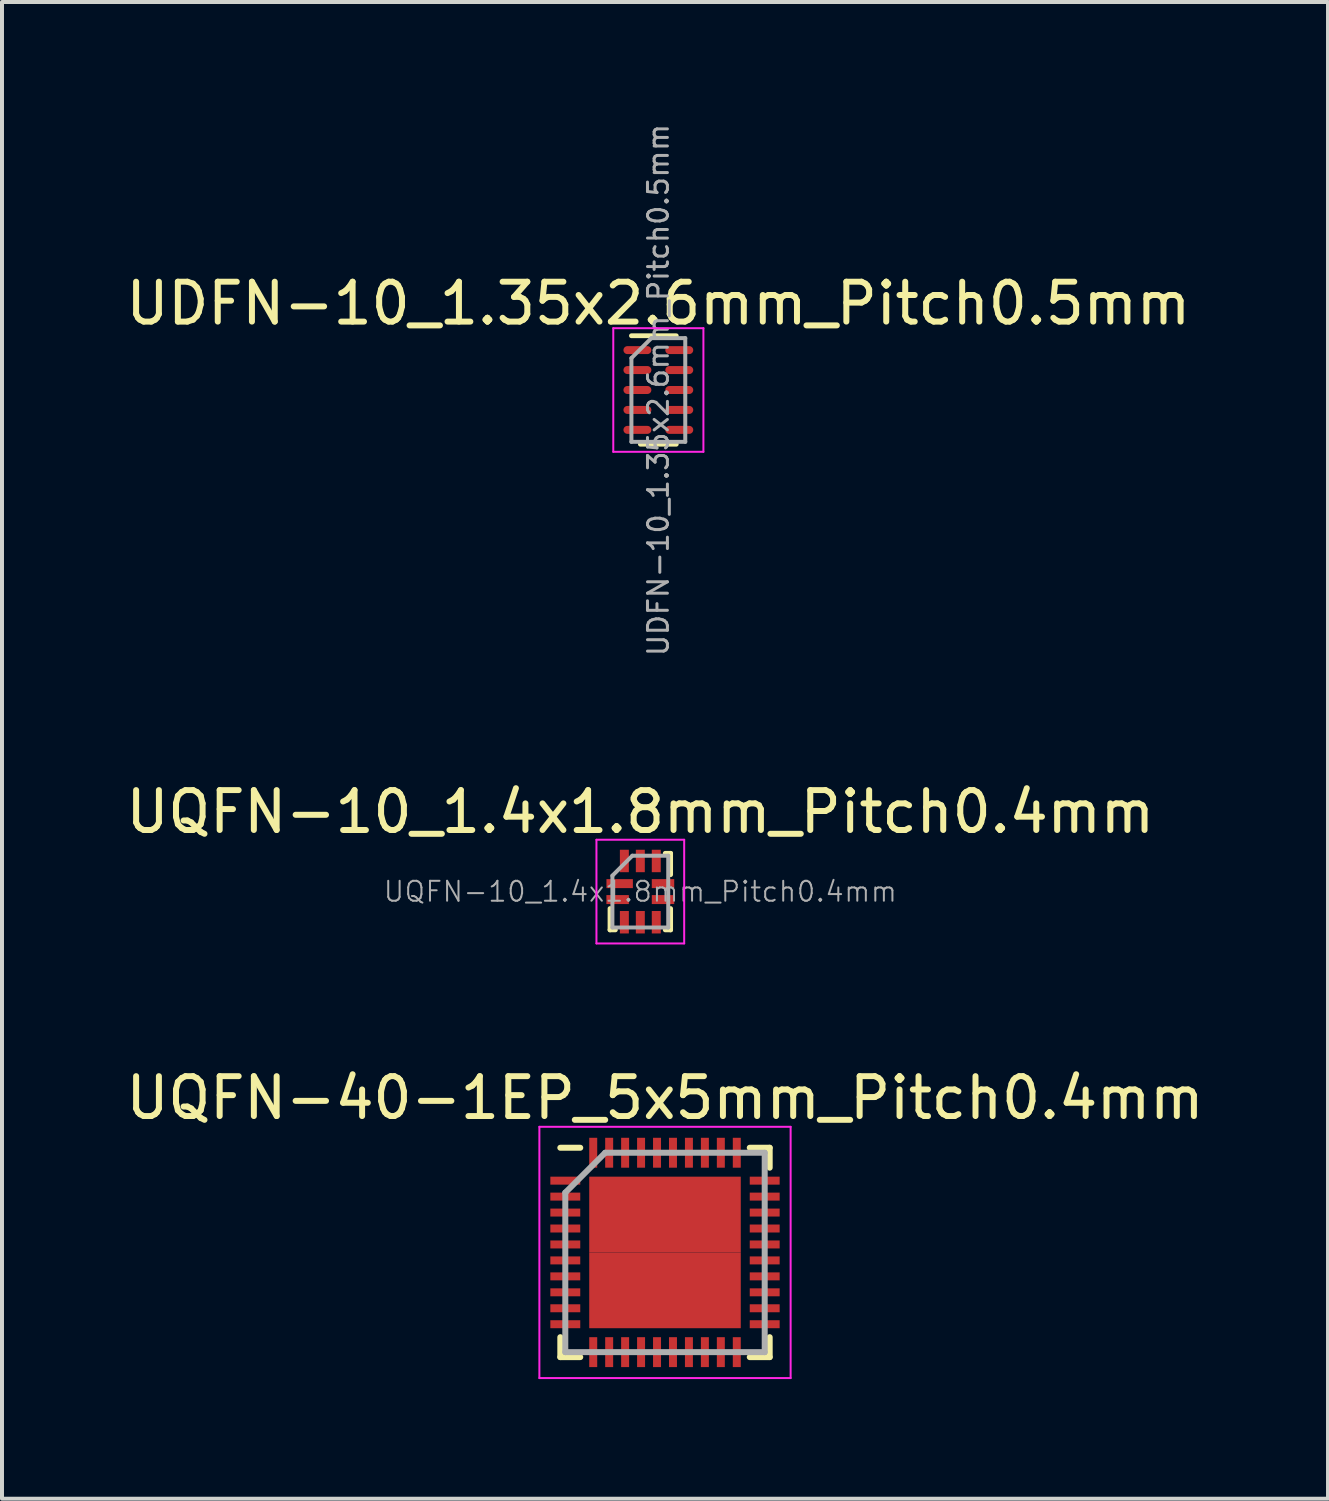
<source format=kicad_pcb>
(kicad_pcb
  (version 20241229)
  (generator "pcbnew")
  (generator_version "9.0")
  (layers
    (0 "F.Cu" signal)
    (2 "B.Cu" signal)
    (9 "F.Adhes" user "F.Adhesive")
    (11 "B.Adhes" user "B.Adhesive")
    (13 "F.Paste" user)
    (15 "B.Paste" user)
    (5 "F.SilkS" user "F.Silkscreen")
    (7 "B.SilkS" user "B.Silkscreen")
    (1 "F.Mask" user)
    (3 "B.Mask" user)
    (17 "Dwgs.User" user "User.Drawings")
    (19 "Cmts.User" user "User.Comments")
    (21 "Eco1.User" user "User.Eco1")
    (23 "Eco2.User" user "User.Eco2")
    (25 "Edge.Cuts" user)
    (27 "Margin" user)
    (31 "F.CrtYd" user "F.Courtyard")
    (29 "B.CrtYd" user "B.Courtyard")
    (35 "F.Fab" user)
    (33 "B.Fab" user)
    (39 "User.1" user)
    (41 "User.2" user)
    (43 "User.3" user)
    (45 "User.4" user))
  (footprint "UQFN-40-1EP_5x5mm_Pitch0.4mm"
    (layer "F.Cu")
    (at 13.625 28.355)
    (property "Reference" "UQFN-40-1EP_5x5mm_Pitch0.4mm" (at 0 -3.875 0) (layer "F.SilkS") (effects (font (size 1 1) (thickness 0.15))))
    (attr smd)
    (fp_line (start -2.625 -2.625) (end -2.125 -2.625) (stroke (width 0.15) (type solid)) (layer "F.SilkS"))
    (fp_line (start -2.625 2.625) (end -2.625 2.125) (stroke (width 0.15) (type solid)) (layer "F.SilkS"))
    (fp_line (start -2.625 2.625) (end -2.125 2.625) (stroke (width 0.15) (type solid)) (layer "F.SilkS"))
    (fp_line (start 2.625 -2.625) (end 2.125 -2.625) (stroke (width 0.15) (type solid)) (layer "F.SilkS"))
    (fp_line (start 2.625 -2.625) (end 2.625 -2.125) (stroke (width 0.15) (type solid)) (layer "F.SilkS"))
    (fp_line (start 2.625 2.625) (end 2.125 2.625) (stroke (width 0.15) (type solid)) (layer "F.SilkS"))
    (fp_line (start 2.625 2.625) (end 2.625 2.125) (stroke (width 0.15) (type solid)) (layer "F.SilkS"))
    (fp_line (start -3.15 -3.15) (end -3.15 3.15) (stroke (width 0.05) (type solid)) (layer "F.CrtYd"))
    (fp_line (start -3.15 -3.15) (end 3.15 -3.15) (stroke (width 0.05) (type solid)) (layer "F.CrtYd"))
    (fp_line (start -3.15 3.15) (end 3.15 3.15) (stroke (width 0.05) (type solid)) (layer "F.CrtYd"))
    (fp_line (start 3.15 -3.15) (end 3.15 3.15) (stroke (width 0.05) (type solid)) (layer "F.CrtYd"))
    (fp_line (start -2.5 -1.5) (end -1.5 -2.5) (stroke (width 0.15) (type solid)) (layer "F.Fab"))
    (fp_line (start -2.5 2.5) (end -2.5 -1.5) (stroke (width 0.15) (type solid)) (layer "F.Fab"))
    (fp_line (start -1.5 -2.5) (end 2.5 -2.5) (stroke (width 0.15) (type solid)) (layer "F.Fab"))
    (fp_line (start 2.5 -2.5) (end 2.5 2.5) (stroke (width 0.15) (type solid)) (layer "F.Fab"))
    (fp_line (start 2.5 2.5) (end -2.5 2.5) (stroke (width 0.15) (type solid)) (layer "F.Fab"))
    (pad "1" smd rect (at -2.5 -1.8) (size 0.75 0.2) (layers "F.Cu" "F.Mask" "F.Paste"))
    (pad "2" smd rect (at -2.5 -1.4) (size 0.75 0.2) (layers "F.Cu" "F.Mask" "F.Paste"))
    (pad "3" smd rect (at -2.5 -1) (size 0.75 0.2) (layers "F.Cu" "F.Mask" "F.Paste"))
    (pad "4" smd rect (at -2.5 -0.6) (size 0.75 0.2) (layers "F.Cu" "F.Mask" "F.Paste"))
    (pad "5" smd rect (at -2.5 -0.2) (size 0.75 0.2) (layers "F.Cu" "F.Mask" "F.Paste"))
    (pad "6" smd rect (at -2.5 0.2) (size 0.75 0.2) (layers "F.Cu" "F.Mask" "F.Paste"))
    (pad "7" smd rect (at -2.5 0.6) (size 0.75 0.2) (layers "F.Cu" "F.Mask" "F.Paste"))
    (pad "8" smd rect (at -2.5 1) (size 0.75 0.2) (layers "F.Cu" "F.Mask" "F.Paste"))
    (pad "9" smd rect (at -2.5 1.4) (size 0.75 0.2) (layers "F.Cu" "F.Mask" "F.Paste"))
    (pad "10" smd rect (at -2.5 1.8) (size 0.75 0.2) (layers "F.Cu" "F.Mask" "F.Paste"))
    (pad "11" smd rect (at -1.8 2.5 90) (size 0.75 0.2) (layers "F.Cu" "F.Mask" "F.Paste"))
    (pad "12" smd rect (at -1.4 2.5 90) (size 0.75 0.2) (layers "F.Cu" "F.Mask" "F.Paste"))
    (pad "13" smd rect (at -1 2.5 90) (size 0.75 0.2) (layers "F.Cu" "F.Mask" "F.Paste"))
    (pad "14" smd rect (at -0.6 2.5 90) (size 0.75 0.2) (layers "F.Cu" "F.Mask" "F.Paste"))
    (pad "15" smd rect (at -0.2 2.5 90) (size 0.75 0.2) (layers "F.Cu" "F.Mask" "F.Paste"))
    (pad "16" smd rect (at 0.2 2.5 90) (size 0.75 0.2) (layers "F.Cu" "F.Mask" "F.Paste"))
    (pad "17" smd rect (at 0.6 2.5 90) (size 0.75 0.2) (layers "F.Cu" "F.Mask" "F.Paste"))
    (pad "18" smd rect (at 1 2.5 90) (size 0.75 0.2) (layers "F.Cu" "F.Mask" "F.Paste"))
    (pad "19" smd rect (at 1.4 2.5 90) (size 0.75 0.2) (layers "F.Cu" "F.Mask" "F.Paste"))
    (pad "20" smd rect (at 1.8 2.5 90) (size 0.75 0.2) (layers "F.Cu" "F.Mask" "F.Paste"))
    (pad "21" smd rect (at 2.5 1.8) (size 0.75 0.2) (layers "F.Cu" "F.Mask" "F.Paste"))
    (pad "22" smd rect (at 2.5 1.4) (size 0.75 0.2) (layers "F.Cu" "F.Mask" "F.Paste"))
    (pad "23" smd rect (at 2.5 1) (size 0.75 0.2) (layers "F.Cu" "F.Mask" "F.Paste"))
    (pad "24" smd rect (at 2.5 0.6) (size 0.75 0.2) (layers "F.Cu" "F.Mask" "F.Paste"))
    (pad "25" smd rect (at 2.5 0.2) (size 0.75 0.2) (layers "F.Cu" "F.Mask" "F.Paste"))
    (pad "26" smd rect (at 2.5 -0.2) (size 0.75 0.2) (layers "F.Cu" "F.Mask" "F.Paste"))
    (pad "27" smd rect (at 2.5 -0.6) (size 0.75 0.2) (layers "F.Cu" "F.Mask" "F.Paste"))
    (pad "28" smd rect (at 2.5 -1) (size 0.75 0.2) (layers "F.Cu" "F.Mask" "F.Paste"))
    (pad "29" smd rect (at 2.5 -1.4) (size 0.75 0.2) (layers "F.Cu" "F.Mask" "F.Paste"))
    (pad "30" smd rect (at 2.5 -1.8) (size 0.75 0.2) (layers "F.Cu" "F.Mask" "F.Paste"))
    (pad "31" smd rect (at 1.8 -2.5 90) (size 0.75 0.2) (layers "F.Cu" "F.Mask" "F.Paste"))
    (pad "32" smd rect (at 1.4 -2.5 90) (size 0.75 0.2) (layers "F.Cu" "F.Mask" "F.Paste"))
    (pad "33" smd rect (at 1 -2.5 90) (size 0.75 0.2) (layers "F.Cu" "F.Mask" "F.Paste"))
    (pad "34" smd rect (at 0.6 -2.5 90) (size 0.75 0.2) (layers "F.Cu" "F.Mask" "F.Paste"))
    (pad "35" smd rect (at 0.2 -2.5 90) (size 0.75 0.2) (layers "F.Cu" "F.Mask" "F.Paste"))
    (pad "36" smd rect (at -0.2 -2.5 90) (size 0.75 0.2) (layers "F.Cu" "F.Mask" "F.Paste"))
    (pad "37" smd rect (at -0.6 -2.5 90) (size 0.75 0.2) (layers "F.Cu" "F.Mask" "F.Paste"))
    (pad "38" smd rect (at -1 -2.5 90) (size 0.75 0.2) (layers "F.Cu" "F.Mask" "F.Paste"))
    (pad "39" smd rect (at -1.4 -2.5 90) (size 0.75 0.2) (layers "F.Cu" "F.Mask" "F.Paste"))
    (pad "40" smd rect (at -1.8 -2.5 90) (size 0.75 0.2) (layers "F.Cu" "F.Mask" "F.Paste"))
    (pad "41" smd rect (at -0.95 -0.95) (size 1.9 1.9) (layers "F.Cu" "F.Mask" "F.Paste"))
    (pad "41" smd rect (at -0.95 0.95) (size 1.9 1.9) (layers "F.Cu" "F.Mask" "F.Paste"))
    (pad "41" smd rect (at 0.95 -0.95) (size 1.9 1.9) (layers "F.Cu" "F.Mask" "F.Paste"))
    (pad "41" smd rect (at 0.95 0.95) (size 1.9 1.9) (layers "F.Cu" "F.Mask" "F.Paste")))
  (footprint "UQFN-10_1.4x1.8mm_Pitch0.4mm"
    (layer "F.Cu")
    (at 13.006 19.307)
    (property "Reference" "UQFN-10_1.4x1.8mm_Pitch0.4mm" (at 0 -2 0) (layer "F.SilkS") (effects (font (size 1 1) (thickness 0.15))))
    (attr smd)
    (fp_line (start -0.76 0.96) (end -0.76 0.425) (stroke (width 0.12) (type solid)) (layer "F.SilkS"))
    (fp_line (start -0.625 0.96) (end -0.76 0.96) (stroke (width 0.12) (type solid)) (layer "F.SilkS"))
    (fp_line (start 0.76 -0.96) (end 0.625 -0.96) (stroke (width 0.12) (type solid)) (layer "F.SilkS"))
    (fp_line (start 0.76 -0.425) (end 0.76 -0.96) (stroke (width 0.12) (type solid)) (layer "F.SilkS"))
    (fp_line (start 0.76 0.96) (end 0.625 0.96) (stroke (width 0.12) (type solid)) (layer "F.SilkS"))
    (fp_line (start 0.76 0.96) (end 0.76 0.425) (stroke (width 0.12) (type solid)) (layer "F.SilkS"))
    (fp_line (start -1.1 1.3) (end -1.1 -1.3) (stroke (width 0.05) (type solid)) (layer "F.CrtYd"))
    (fp_line (start -1.1 1.3) (end 1.1 1.3) (stroke (width 0.05) (type solid)) (layer "F.CrtYd"))
    (fp_line (start 1.1 -1.3) (end -1.1 -1.3) (stroke (width 0.05) (type solid)) (layer "F.CrtYd"))
    (fp_line (start 1.1 -1.3) (end 1.1 1.3) (stroke (width 0.05) (type solid)) (layer "F.CrtYd"))
    (fp_line (start -0.7 -0.4) (end -0.7 0.9) (stroke (width 0.1) (type solid)) (layer "F.Fab"))
    (fp_line (start -0.7 0.9) (end 0.7 0.9) (stroke (width 0.1) (type solid)) (layer "F.Fab"))
    (fp_line (start -0.2 -0.9) (end -0.7 -0.4) (stroke (width 0.1) (type solid)) (layer "F.Fab"))
    (fp_line (start -0.2 -0.9) (end 0.7 -0.9) (stroke (width 0.1) (type solid)) (layer "F.Fab"))
    (fp_line (start 0.7 -0.9) (end 0.7 0.9) (stroke (width 0.1) (type solid)) (layer "F.Fab"))
    (fp_text user "${REFERENCE}" (at 0 0 0) (layer "F.Fab") (effects (font (size 0.5 0.5) (thickness 0.05))))
    (pad "1" smd rect (at -0.518 -0.2) (size 0.663 0.225) (layers "F.Cu" "F.Mask" "F.Paste"))
    (pad "2" smd rect (at -0.4 -0.768) (size 0.225 0.563) (layers "F.Cu" "F.Mask" "F.Paste"))
    (pad "3" smd rect (at 0 -0.768) (size 0.225 0.563) (layers "F.Cu" "F.Mask" "F.Paste"))
    (pad "4" smd rect (at 0.4 -0.768) (size 0.225 0.563) (layers "F.Cu" "F.Mask" "F.Paste"))
    (pad "5" smd rect (at 0.569 -0.2) (size 0.563 0.225) (layers "F.Cu" "F.Mask" "F.Paste"))
    (pad "6" smd rect (at 0.569 0.2) (size 0.563 0.225) (layers "F.Cu" "F.Mask" "F.Paste"))
    (pad "7" smd rect (at 0.4 0.768) (size 0.225 0.563) (layers "F.Cu" "F.Mask" "F.Paste"))
    (pad "8" smd rect (at 0 0.768) (size 0.225 0.563) (layers "F.Cu" "F.Mask" "F.Paste"))
    (pad "9" smd rect (at -0.4 0.768) (size 0.225 0.563) (layers "F.Cu" "F.Mask" "F.Paste"))
    (pad "10" smd rect (at -0.569 0.2) (size 0.563 0.225) (layers "F.Cu" "F.Mask" "F.Paste")))
  (footprint "UDFN-10_1.35x2.6mm_Pitch0.5mm"
    (layer "F.Cu")
    (at 13.458 6.729)
    (property "Reference" "UDFN-10_1.35x2.6mm_Pitch0.5mm" (at 0 -2.17 0) (layer "F.SilkS") (effects (font (size 1 1) (thickness 0.15))))
    (attr smd)
    (fp_line (start -0.675 -1.36) (end 0.45 -1.36) (stroke (width 0.12) (type solid)) (layer "F.SilkS"))
    (fp_line (start -0.45 1.36) (end 0.45 1.36) (stroke (width 0.12) (type solid)) (layer "F.SilkS"))
    (fp_line (start -1.13 -1.55) (end -1.13 1.55) (stroke (width 0.05) (type solid)) (layer "F.CrtYd"))
    (fp_line (start -1.13 -1.55) (end 1.13 -1.55) (stroke (width 0.05) (type solid)) (layer "F.CrtYd"))
    (fp_line (start -1.13 1.55) (end 1.13 1.55) (stroke (width 0.05) (type solid)) (layer "F.CrtYd"))
    (fp_line (start 1.13 -1.55) (end 1.13 1.55) (stroke (width 0.05) (type solid)) (layer "F.CrtYd"))
    (fp_line (start -0.675 -0.8) (end -0.175 -1.3) (stroke (width 0.1) (type solid)) (layer "F.Fab"))
    (fp_line (start -0.675 1.3) (end -0.675 -0.8) (stroke (width 0.1) (type solid)) (layer "F.Fab"))
    (fp_line (start -0.175 -1.3) (end 0.675 -1.3) (stroke (width 0.1) (type solid)) (layer "F.Fab"))
    (fp_line (start 0.675 -1.3) (end 0.675 1.3) (stroke (width 0.1) (type solid)) (layer "F.Fab"))
    (fp_line (start 0.675 1.3) (end -0.675 1.3) (stroke (width 0.1) (type solid)) (layer "F.Fab"))
    (fp_text user "${REFERENCE}" (at 0 0 90) (layer "F.Fab") (effects (font (size 0.5 0.5) (thickness 0.075))))
    (pad "1" smd oval (at -0.525 -1) (size 0.7 0.2) (layers "F.Cu" "F.Mask" "F.Paste"))
    (pad "2" smd oval (at -0.525 -0.5) (size 0.7 0.2) (layers "F.Cu" "F.Mask" "F.Paste"))
    (pad "3" smd oval (at -0.525 0) (size 0.7 0.2) (layers "F.Cu" "F.Mask" "F.Paste"))
    (pad "4" smd oval (at -0.525 0.5) (size 0.7 0.2) (layers "F.Cu" "F.Mask" "F.Paste"))
    (pad "5" smd oval (at -0.525 1) (size 0.7 0.2) (layers "F.Cu" "F.Mask" "F.Paste"))
    (pad "6" smd oval (at 0.525 1) (size 0.7 0.2) (layers "F.Cu" "F.Mask" "F.Paste"))
    (pad "7" smd oval (at 0.525 0.5) (size 0.7 0.2) (layers "F.Cu" "F.Mask" "F.Paste"))
    (pad "8" smd oval (at 0.525 0) (size 0.7 0.2) (layers "F.Cu" "F.Mask" "F.Paste"))
    (pad "9" smd oval (at 0.525 -0.5) (size 0.7 0.2) (layers "F.Cu" "F.Mask" "F.Paste"))
    (pad "10" smd oval (at 0.525 -1) (size 0.7 0.2) (layers "F.Cu" "F.Mask" "F.Paste")))
  (gr_rect
    (start -3 -3)
    (end 30.25 34.53)
    (stroke (width 0.1) (type default))
    (fill no)
    (layer "Edge.Cuts")))
</source>
